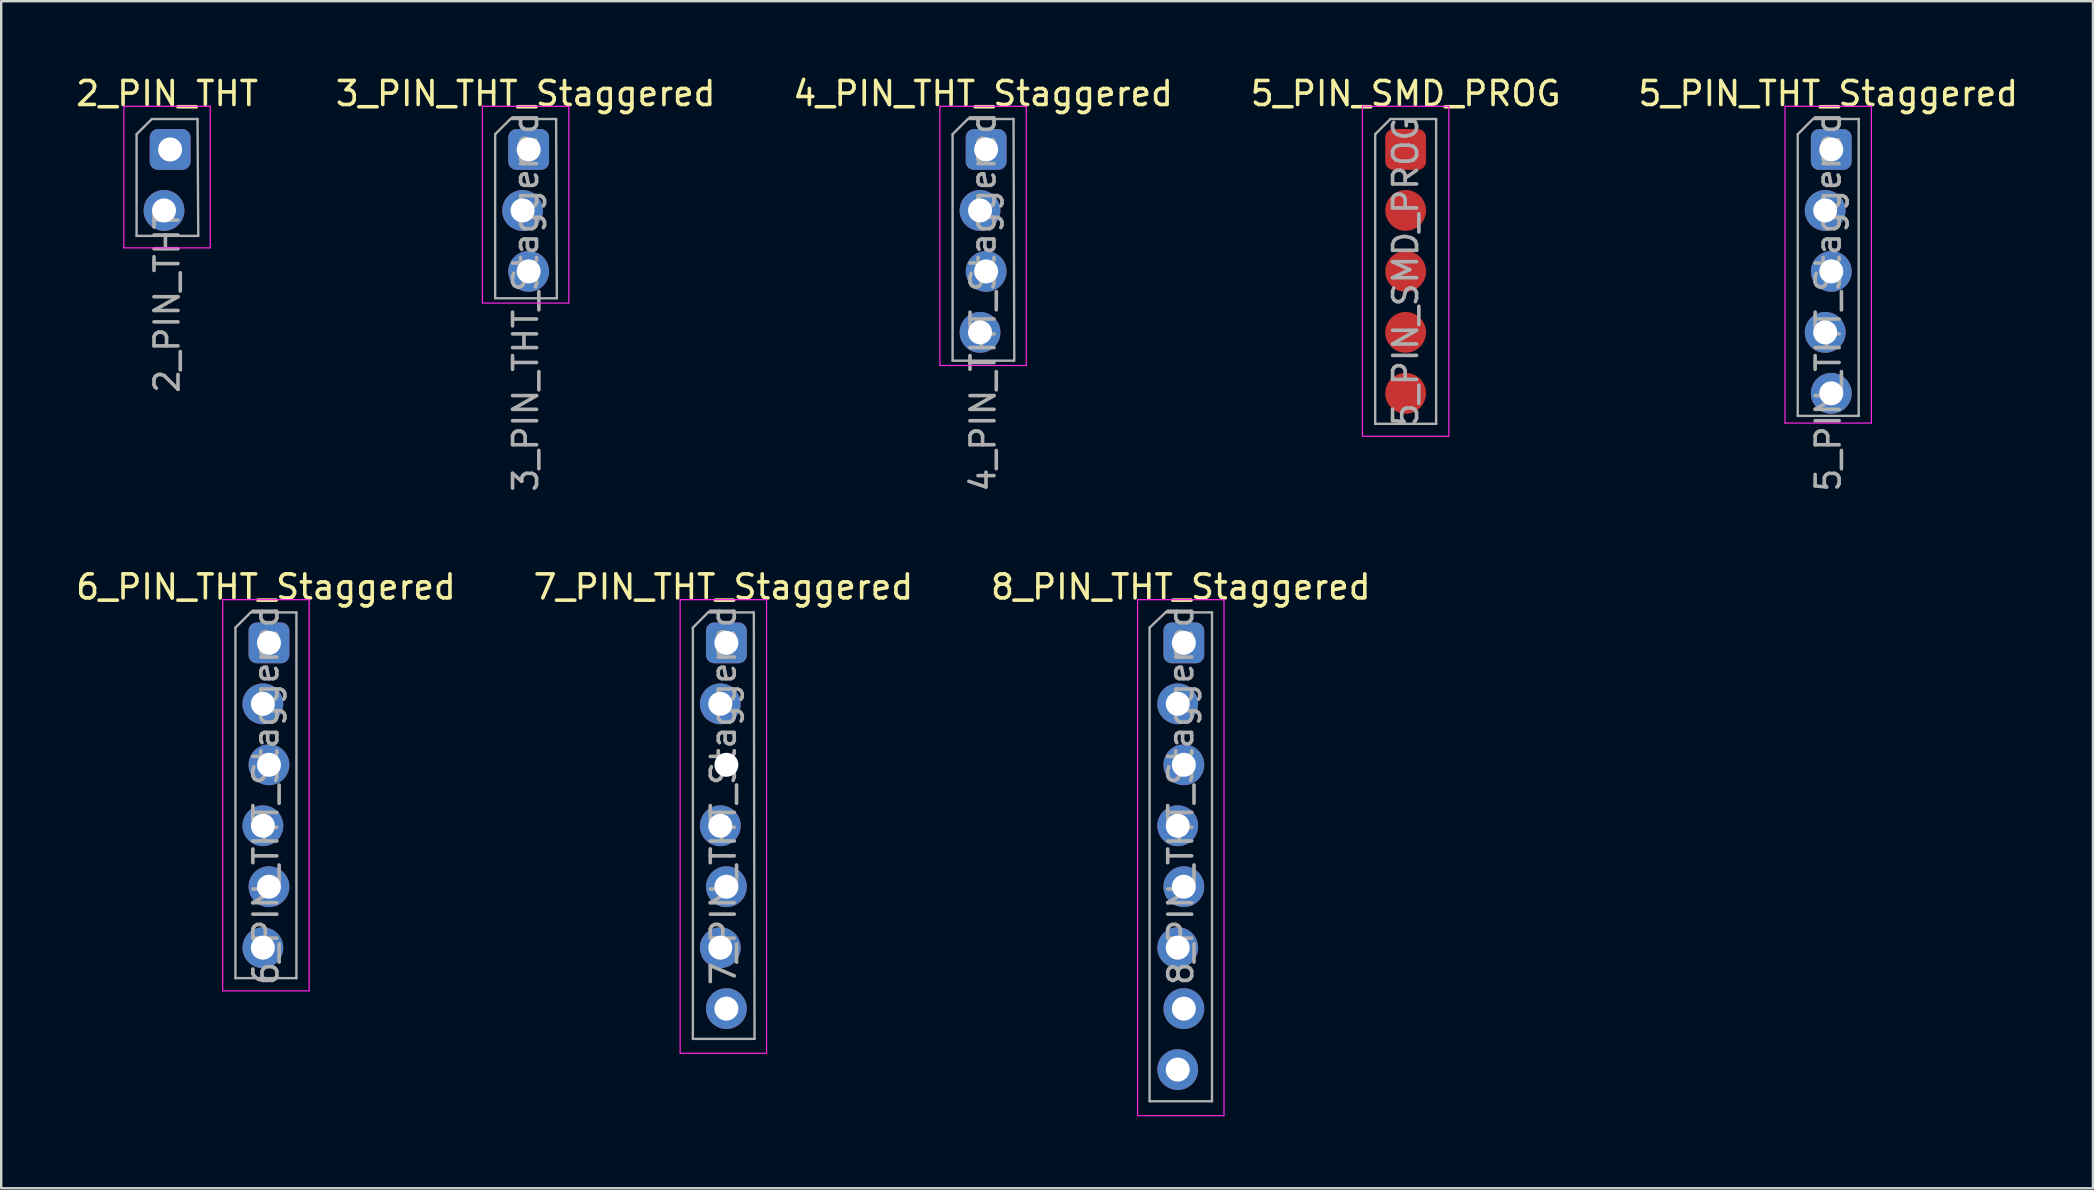
<source format=kicad_pcb>
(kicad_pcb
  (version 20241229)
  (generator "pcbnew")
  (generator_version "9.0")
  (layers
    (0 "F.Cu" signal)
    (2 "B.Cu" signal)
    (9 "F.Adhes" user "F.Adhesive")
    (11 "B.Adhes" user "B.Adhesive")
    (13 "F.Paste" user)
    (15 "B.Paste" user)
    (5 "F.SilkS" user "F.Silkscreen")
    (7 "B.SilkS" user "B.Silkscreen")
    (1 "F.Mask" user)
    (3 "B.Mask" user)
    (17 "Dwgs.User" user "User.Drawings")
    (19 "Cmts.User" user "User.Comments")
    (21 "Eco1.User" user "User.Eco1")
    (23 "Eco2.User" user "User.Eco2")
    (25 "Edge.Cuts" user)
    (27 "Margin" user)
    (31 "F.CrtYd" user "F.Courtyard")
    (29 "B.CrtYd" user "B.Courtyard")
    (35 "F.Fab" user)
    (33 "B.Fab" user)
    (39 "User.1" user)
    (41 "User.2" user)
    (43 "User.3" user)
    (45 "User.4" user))
  (footprint "8_PIN_THT_Staggered"
    (layer "F.Cu")
    (at 46.149 23.736)
    (property "Reference" "8_PIN_THT_Staggered" (at 0 -2.33 0) (layer "F.SilkS") (effects (font (size 1 1) (thickness 0.15))))
    (attr through_hole)
    (fp_line (start -1.8 -1.8) (end -1.8 19.7) (stroke (width 0.05) (type solid)) (layer "F.CrtYd"))
    (fp_line (start -1.8 19.7) (end 1.8 19.7) (stroke (width 0.05) (type solid)) (layer "F.CrtYd"))
    (fp_line (start 1.8 -1.8) (end -1.8 -1.8) (stroke (width 0.05) (type solid)) (layer "F.CrtYd"))
    (fp_line (start 1.8 19.7) (end 1.8 -1.8) (stroke (width 0.05) (type solid)) (layer "F.CrtYd"))
    (fp_line (start -1.3 -0.635) (end -0.635 -1.27) (stroke (width 0.1) (type solid)) (layer "F.Fab"))
    (fp_line (start -1.3 19.1) (end -1.3 -0.635) (stroke (width 0.1) (type solid)) (layer "F.Fab"))
    (fp_line (start -0.635 -1.27) (end 1.3 -1.27) (stroke (width 0.1) (type solid)) (layer "F.Fab"))
    (fp_line (start 1.3 -1.27) (end 1.3 19.1) (stroke (width 0.1) (type solid)) (layer "F.Fab"))
    (fp_line (start 1.3 19.1) (end -1.3 19.1) (stroke (width 0.1) (type solid)) (layer "F.Fab"))
    (fp_text user "${REFERENCE}" (at 0 6.35 90) (layer "F.Fab") (effects (font (size 1 1) (thickness 0.15))))
    (pad "1" thru_hole roundrect (at 0.127 0) (size 1.7 1.7) (drill 1) (layers "*.Cu" "*.Mask") (roundrect_rratio 0.2))
    (pad "2" thru_hole oval (at -0.127 2.54) (size 1.7 1.7) (drill 1) (layers "*.Cu" "*.Mask"))
    (pad "3" thru_hole oval (at 0.127 5.08) (size 1.7 1.7) (drill 1) (layers "*.Cu" "*.Mask") (remove_unused_layers yes) (keep_end_layers yes) (zone_layer_connections))
    (pad "4" thru_hole oval (at -0.127 7.62) (size 1.7 1.7) (drill 1) (layers "*.Cu" "*.Mask") (remove_unused_layers yes) (keep_end_layers yes) (zone_layer_connections))
    (pad "5" thru_hole oval (at 0.127 10.16) (size 1.7 1.7) (drill 1) (layers "*.Cu" "*.Mask") (remove_unused_layers yes) (keep_end_layers yes) (zone_layer_connections))
    (pad "6" thru_hole oval (at -0.127 12.7) (size 1.7 1.7) (drill 1) (layers "*.Cu" "*.Mask") (remove_unused_layers yes) (keep_end_layers yes) (zone_layer_connections))
    (pad "7" thru_hole oval (at 0.127 15.24) (size 1.7 1.7) (drill 1) (layers "*.Cu" "*.Mask") (remove_unused_layers yes) (keep_end_layers yes) (zone_layer_connections))
    (pad "8" thru_hole oval (at -0.127 17.78) (size 1.7 1.7) (drill 1) (layers "*.Cu" "*.Mask") (remove_unused_layers yes) (keep_end_layers yes) (zone_layer_connections)))
  (footprint "5_PIN_THT_Staggered"
    (layer "F.Cu")
    (at 73.125 3.178)
    (property "Reference" "5_PIN_THT_Staggered" (at 0 -2.33 0) (layer "F.SilkS") (effects (font (size 1 1) (thickness 0.15))))
    (attr exclude_from_pos_files exclude_from_bom)
    (fp_line (start -1.8 -1.8) (end -1.8 11.4) (stroke (width 0.05) (type solid)) (layer "F.CrtYd"))
    (fp_line (start -1.8 11.4) (end 1.8 11.4) (stroke (width 0.05) (type solid)) (layer "F.CrtYd"))
    (fp_line (start 1.8 -1.8) (end -1.8 -1.8) (stroke (width 0.05) (type solid)) (layer "F.CrtYd"))
    (fp_line (start 1.8 11.4) (end 1.8 -1.8) (stroke (width 0.05) (type solid)) (layer "F.CrtYd"))
    (fp_line (start -1.27 -0.635) (end -0.635 -1.27) (stroke (width 0.1) (type solid)) (layer "F.Fab"))
    (fp_line (start -1.27 11.1) (end -1.27 -0.635) (stroke (width 0.1) (type solid)) (layer "F.Fab"))
    (fp_line (start -0.635 -1.27) (end 1.27 -1.27) (stroke (width 0.1) (type solid)) (layer "F.Fab"))
    (fp_line (start 1.27 -1.27) (end 1.27 11.1) (stroke (width 0.1) (type solid)) (layer "F.Fab"))
    (fp_line (start 1.27 11.1) (end -1.27 11.1) (stroke (width 0.1) (type solid)) (layer "F.Fab"))
    (fp_text user "${REFERENCE}" (at 0 6.35 90) (layer "F.Fab") (effects (font (size 1 1) (thickness 0.15))))
    (pad "1" thru_hole roundrect (at 0.127 0) (size 1.7 1.7) (drill 1) (layers "*.Cu" "*.Mask") (roundrect_rratio 0.2))
    (pad "2" thru_hole oval (at -0.127 2.54) (size 1.7 1.7) (drill 1) (layers "*.Cu" "*.Mask"))
    (pad "3" thru_hole oval (at 0.127 5.08) (size 1.7 1.7) (drill 1) (layers "*.Cu" "*.Mask"))
    (pad "4" thru_hole oval (at -0.127 7.62) (size 1.7 1.7) (drill 1) (layers "*.Cu" "*.Mask"))
    (pad "5" thru_hole oval (at 0.127 10.16) (size 1.7 1.7) (drill 1) (layers "*.Cu" "*.Mask")))
  (footprint "2_PIN_THT"
    (layer "F.Cu")
    (at 3.911 3.178)
    (property "Reference" "2_PIN_THT" (at 0 -2.33 0) (layer "F.SilkS") (effects (font (size 1 1) (thickness 0.15))))
    (attr exclude_from_pos_files exclude_from_bom)
    (fp_line (start -1.8 -1.8) (end -1.8 4.1) (stroke (width 0.05) (type solid)) (layer "F.CrtYd"))
    (fp_line (start -1.8 4.1) (end 1.8 4.1) (stroke (width 0.05) (type solid)) (layer "F.CrtYd"))
    (fp_line (start 1.8 -1.8) (end -1.8 -1.8) (stroke (width 0.05) (type solid)) (layer "F.CrtYd"))
    (fp_line (start 1.8 4.1) (end 1.8 -1.8) (stroke (width 0.05) (type solid)) (layer "F.CrtYd"))
    (fp_line (start -1.27 -0.635) (end -0.635 -1.27) (stroke (width 0.1) (type solid)) (layer "F.Fab"))
    (fp_line (start -1.27 3.6) (end -1.27 -0.635) (stroke (width 0.1) (type solid)) (layer "F.Fab"))
    (fp_line (start -0.635 -1.27) (end 1.27 -1.27) (stroke (width 0.1) (type solid)) (layer "F.Fab"))
    (fp_line (start 1.27 -1.27) (end 1.3 3.6) (stroke (width 0.1) (type solid)) (layer "F.Fab"))
    (fp_line (start 1.3 3.6) (end -1.27 3.6) (stroke (width 0.1) (type solid)) (layer "F.Fab"))
    (fp_text user "${REFERENCE}" (at 0 6.35 90) (layer "F.Fab") (effects (font (size 1 1) (thickness 0.15))))
    (pad "1" thru_hole roundrect (at 0.127 0) (size 1.7 1.7) (drill 1) (layers "*.Cu" "*.Mask") (roundrect_rratio 0.2))
    (pad "2" thru_hole oval (at -0.127 2.54) (size 1.7 1.7) (drill 1) (layers "*.Cu" "*.Mask")))
  (footprint "6_PIN_THT_Staggered"
    (layer "F.Cu")
    (at 8.03 23.736)
    (property "Reference" "6_PIN_THT_Staggered" (at 0 -2.33 0) (layer "F.SilkS") (effects (font (size 1 1) (thickness 0.15))))
    (attr exclude_from_pos_files exclude_from_bom)
    (fp_line (start -1.8 -1.8) (end -1.8 14.5) (stroke (width 0.05) (type solid)) (layer "F.CrtYd"))
    (fp_line (start -1.8 14.5) (end 1.8 14.5) (stroke (width 0.05) (type solid)) (layer "F.CrtYd"))
    (fp_line (start 1.8 -1.8) (end -1.8 -1.8) (stroke (width 0.05) (type solid)) (layer "F.CrtYd"))
    (fp_line (start 1.8 14.5) (end 1.8 -1.8) (stroke (width 0.05) (type solid)) (layer "F.CrtYd"))
    (fp_line (start -1.27 -0.635) (end -0.635 -1.27) (stroke (width 0.1) (type solid)) (layer "F.Fab"))
    (fp_line (start -1.27 13.97) (end -1.27 -0.635) (stroke (width 0.1) (type solid)) (layer "F.Fab"))
    (fp_line (start -0.635 -1.27) (end 1.27 -1.27) (stroke (width 0.1) (type solid)) (layer "F.Fab"))
    (fp_line (start 1.27 -1.27) (end 1.27 13.97) (stroke (width 0.1) (type solid)) (layer "F.Fab"))
    (fp_line (start 1.27 13.97) (end -1.27 13.97) (stroke (width 0.1) (type solid)) (layer "F.Fab"))
    (fp_text user "${REFERENCE}" (at 0 6.35 90) (layer "F.Fab") (effects (font (size 1 1) (thickness 0.15))))
    (pad "1" thru_hole roundrect (at 0.127 0) (size 1.7 1.7) (drill 1) (layers "*.Cu" "*.Mask") (roundrect_rratio 0.2))
    (pad "2" thru_hole oval (at -0.127 2.54) (size 1.7 1.7) (drill 1) (layers "*.Cu" "*.Mask"))
    (pad "3" thru_hole oval (at 0.127 5.08) (size 1.7 1.7) (drill 1) (layers "*.Cu" "*.Mask"))
    (pad "4" thru_hole oval (at -0.127 7.62) (size 1.7 1.7) (drill 1) (layers "*.Cu" "*.Mask"))
    (pad "5" thru_hole oval (at 0.127 10.16) (size 1.7 1.7) (drill 1) (layers "*.Cu" "*.Mask"))
    (pad "6" thru_hole oval (at -0.127 12.7) (size 1.7 1.7) (drill 1) (layers "*.Cu" "*.Mask")))
  (footprint "4_PIN_THT_Staggered"
    (layer "F.Cu")
    (at 37.911 3.178)
    (property "Reference" "4_PIN_THT_Staggered" (at 0 -2.33 0) (layer "F.SilkS") (effects (font (size 1 1) (thickness 0.15))))
    (attr exclude_from_pos_files exclude_from_bom)
    (fp_line (start -1.8 -1.8) (end -1.8 9) (stroke (width 0.05) (type solid)) (layer "F.CrtYd"))
    (fp_line (start -1.8 9) (end 1.8 9) (stroke (width 0.05) (type solid)) (layer "F.CrtYd"))
    (fp_line (start 1.8 -1.8) (end -1.8 -1.8) (stroke (width 0.05) (type solid)) (layer "F.CrtYd"))
    (fp_line (start 1.8 9) (end 1.8 -1.8) (stroke (width 0.05) (type solid)) (layer "F.CrtYd"))
    (fp_line (start -1.27 -0.635) (end -0.635 -1.27) (stroke (width 0.1) (type solid)) (layer "F.Fab"))
    (fp_line (start -1.27 8.8) (end -1.27 -0.635) (stroke (width 0.1) (type solid)) (layer "F.Fab"))
    (fp_line (start -0.635 -1.27) (end 1.27 -1.27) (stroke (width 0.1) (type solid)) (layer "F.Fab"))
    (fp_line (start 1.27 -1.27) (end 1.3 8.8) (stroke (width 0.1) (type solid)) (layer "F.Fab"))
    (fp_line (start 1.27 8.8) (end -1.27 8.8) (stroke (width 0.1) (type solid)) (layer "F.Fab"))
    (fp_text user "${REFERENCE}" (at 0 6.35 90) (layer "F.Fab") (effects (font (size 1 1) (thickness 0.15))))
    (pad "1" thru_hole roundrect (at 0.127 0) (size 1.7 1.7) (drill 1) (layers "*.Cu" "*.Mask") (roundrect_rratio 0.2))
    (pad "2" thru_hole oval (at -0.127 2.54) (size 1.7 1.7) (drill 1) (layers "*.Cu" "*.Mask"))
    (pad "3" thru_hole oval (at 0.127 5.08) (size 1.7 1.7) (drill 1) (layers "*.Cu" "*.Mask"))
    (pad "4" thru_hole oval (at -0.127 7.62) (size 1.7 1.7) (drill 1) (layers "*.Cu" "*.Mask")))
  (footprint "7_PIN_THT_Staggered"
    (layer "F.Cu")
    (at 27.089 23.736)
    (property "Reference" "7_PIN_THT_Staggered" (at 0 -2.33 0) (layer "F.SilkS") (effects (font (size 1 1) (thickness 0.15))))
    (attr through_hole)
    (fp_line (start -1.8 -1.8) (end -1.8 17.1) (stroke (width 0.05) (type solid)) (layer "F.CrtYd"))
    (fp_line (start -1.8 17.1) (end 1.8 17.1) (stroke (width 0.05) (type solid)) (layer "F.CrtYd"))
    (fp_line (start 1.8 -1.8) (end -1.8 -1.8) (stroke (width 0.05) (type solid)) (layer "F.CrtYd"))
    (fp_line (start 1.8 17.1) (end 1.8 -1.8) (stroke (width 0.05) (type solid)) (layer "F.CrtYd"))
    (fp_line (start -1.27 -0.635) (end -0.635 -1.27) (stroke (width 0.1) (type solid)) (layer "F.Fab"))
    (fp_line (start -1.27 16.5) (end -1.27 -0.635) (stroke (width 0.1) (type solid)) (layer "F.Fab"))
    (fp_line (start -0.635 -1.27) (end 1.27 -1.27) (stroke (width 0.1) (type solid)) (layer "F.Fab"))
    (fp_line (start 1.27 -1.27) (end 1.3 16.5) (stroke (width 0.1) (type solid)) (layer "F.Fab"))
    (fp_line (start 1.3 16.5) (end -1.27 16.5) (stroke (width 0.1) (type solid)) (layer "F.Fab"))
    (fp_text user "${REFERENCE}" (at 0 6.35 90) (layer "F.Fab") (effects (font (size 1 1) (thickness 0.15))))
    (pad "1" thru_hole roundrect (at 0.127 0) (size 1.7 1.7) (drill 1) (layers "*.Cu" "*.Mask") (remove_unused_layers yes) (keep_end_layers yes) (zone_layer_connections) (roundrect_rratio 0.2))
    (pad "2" thru_hole oval (at -0.127 2.54) (size 1.7 1.7) (drill 1) (layers "*.Cu" "*.Mask") (remove_unused_layers yes) (keep_end_layers yes) (zone_layer_connections))
    (pad "3" thru_hole oval (at 0.127 5.08) (size 1.7 1.7) (drill 1) (layers "*.Cu" "*.Mask") (remove_unused_layers yes) (zone_layer_connections))
    (pad "4" thru_hole oval (at -0.127 7.62) (size 1.7 1.7) (drill 1) (layers "*.Cu" "*.Mask") (remove_unused_layers yes) (keep_end_layers yes) (zone_layer_connections))
    (pad "5" thru_hole oval (at 0.127 10.16) (size 1.7 1.7) (drill 1) (layers "*.Cu" "*.Mask"))
    (pad "6" thru_hole oval (at -0.127 12.7) (size 1.7 1.7) (drill 1) (layers "*.Cu" "*.Mask"))
    (pad "7" thru_hole oval (at 0.127 15.24) (size 1.7 1.7) (drill 1) (layers "*.Cu" "*.Mask") (remove_unused_layers yes) (keep_end_layers yes) (zone_layer_connections)))
  (footprint "5_PIN_SMD_PROG"
    (layer "F.Cu")
    (at 55.518 3.178)
    (property "Reference" "5_PIN_SMD_PROG" (at 0 -2.33 0) (layer "F.SilkS") (effects (font (size 1 1) (thickness 0.15))))
    (attr exclude_from_pos_files exclude_from_bom)
    (fp_line (start -1.8 -1.8) (end -1.8 11.95) (stroke (width 0.05) (type solid)) (layer "F.CrtYd"))
    (fp_line (start -1.8 11.95) (end 1.8 11.95) (stroke (width 0.05) (type solid)) (layer "F.CrtYd"))
    (fp_line (start 1.8 -1.8) (end -1.8 -1.8) (stroke (width 0.05) (type solid)) (layer "F.CrtYd"))
    (fp_line (start 1.8 11.95) (end 1.8 -1.8) (stroke (width 0.05) (type solid)) (layer "F.CrtYd"))
    (fp_line (start -1.27 -0.635) (end -0.635 -1.27) (stroke (width 0.1) (type solid)) (layer "F.Fab"))
    (fp_line (start -1.27 11.43) (end -1.27 -0.635) (stroke (width 0.1) (type solid)) (layer "F.Fab"))
    (fp_line (start -0.635 -1.27) (end 1.27 -1.27) (stroke (width 0.1) (type solid)) (layer "F.Fab"))
    (fp_line (start 1.27 -1.27) (end 1.27 11.43) (stroke (width 0.1) (type solid)) (layer "F.Fab"))
    (fp_line (start 1.27 11.43) (end -1.27 11.43) (stroke (width 0.1) (type solid)) (layer "F.Fab"))
    (fp_text user "${REFERENCE}" (at 0 5.08 90) (layer "F.Fab") (effects (font (size 1 1) (thickness 0.15))))
    (pad "1" smd roundrect (at 0 0) (size 1.7 1.7) (layers "F.Cu" "F.Mask" "F.Paste") (roundrect_rratio 0.2))
    (pad "2" smd oval (at 0 2.54) (size 1.7 1.7) (layers "F.Cu" "F.Mask" "F.Paste"))
    (pad "3" smd oval (at 0 5.08) (size 1.7 1.7) (layers "F.Cu" "F.Mask" "F.Paste"))
    (pad "4" smd oval (at 0 7.62) (size 1.7 1.7) (layers "F.Cu" "F.Mask" "F.Paste"))
    (pad "5" smd oval (at 0 10.16) (size 1.7 1.7) (layers "F.Cu" "F.Mask" "F.Paste")))
  (footprint "3_PIN_THT_Staggered"
    (layer "F.Cu")
    (at 18.851 3.178)
    (property "Reference" "3_PIN_THT_Staggered" (at 0 -2.33 0) (layer "F.SilkS") (effects (font (size 1 1) (thickness 0.15))))
    (attr exclude_from_pos_files exclude_from_bom)
    (fp_line (start -1.8 -1.8) (end -1.8 6.4) (stroke (width 0.05) (type solid)) (layer "F.CrtYd"))
    (fp_line (start -1.8 6.4) (end 1.8 6.4) (stroke (width 0.05) (type solid)) (layer "F.CrtYd"))
    (fp_line (start 1.8 -1.8) (end -1.8 -1.8) (stroke (width 0.05) (type solid)) (layer "F.CrtYd"))
    (fp_line (start 1.8 6.4) (end 1.8 -1.8) (stroke (width 0.05) (type solid)) (layer "F.CrtYd"))
    (fp_line (start -1.27 -0.635) (end -0.635 -1.27) (stroke (width 0.1) (type solid)) (layer "F.Fab"))
    (fp_line (start -1.27 6.2) (end -1.27 -0.635) (stroke (width 0.1) (type solid)) (layer "F.Fab"))
    (fp_line (start -0.635 -1.27) (end 1.27 -1.27) (stroke (width 0.1) (type solid)) (layer "F.Fab"))
    (fp_line (start 1.27 -1.27) (end 1.3 6.2) (stroke (width 0.1) (type solid)) (layer "F.Fab"))
    (fp_line (start 1.3 6.2) (end -1.27 6.2) (stroke (width 0.1) (type solid)) (layer "F.Fab"))
    (fp_text user "${REFERENCE}" (at 0 6.35 90) (layer "F.Fab") (effects (font (size 1 1) (thickness 0.15))))
    (pad "1" thru_hole roundrect (at 0.127 0) (size 1.7 1.7) (drill 1) (layers "*.Cu" "*.Mask") (roundrect_rratio 0.2))
    (pad "2" thru_hole oval (at -0.127 2.54) (size 1.7 1.7) (drill 1) (layers "*.Cu" "*.Mask"))
    (pad "3" thru_hole oval (at 0.127 5.08) (size 1.7 1.7) (drill 1) (layers "*.Cu" "*.Mask")))
  (gr_rect
    (start -3 -3)
    (end 84.155 46.461)
    (stroke (width 0.1) (type default))
    (fill no)
    (layer "Edge.Cuts")))
</source>
